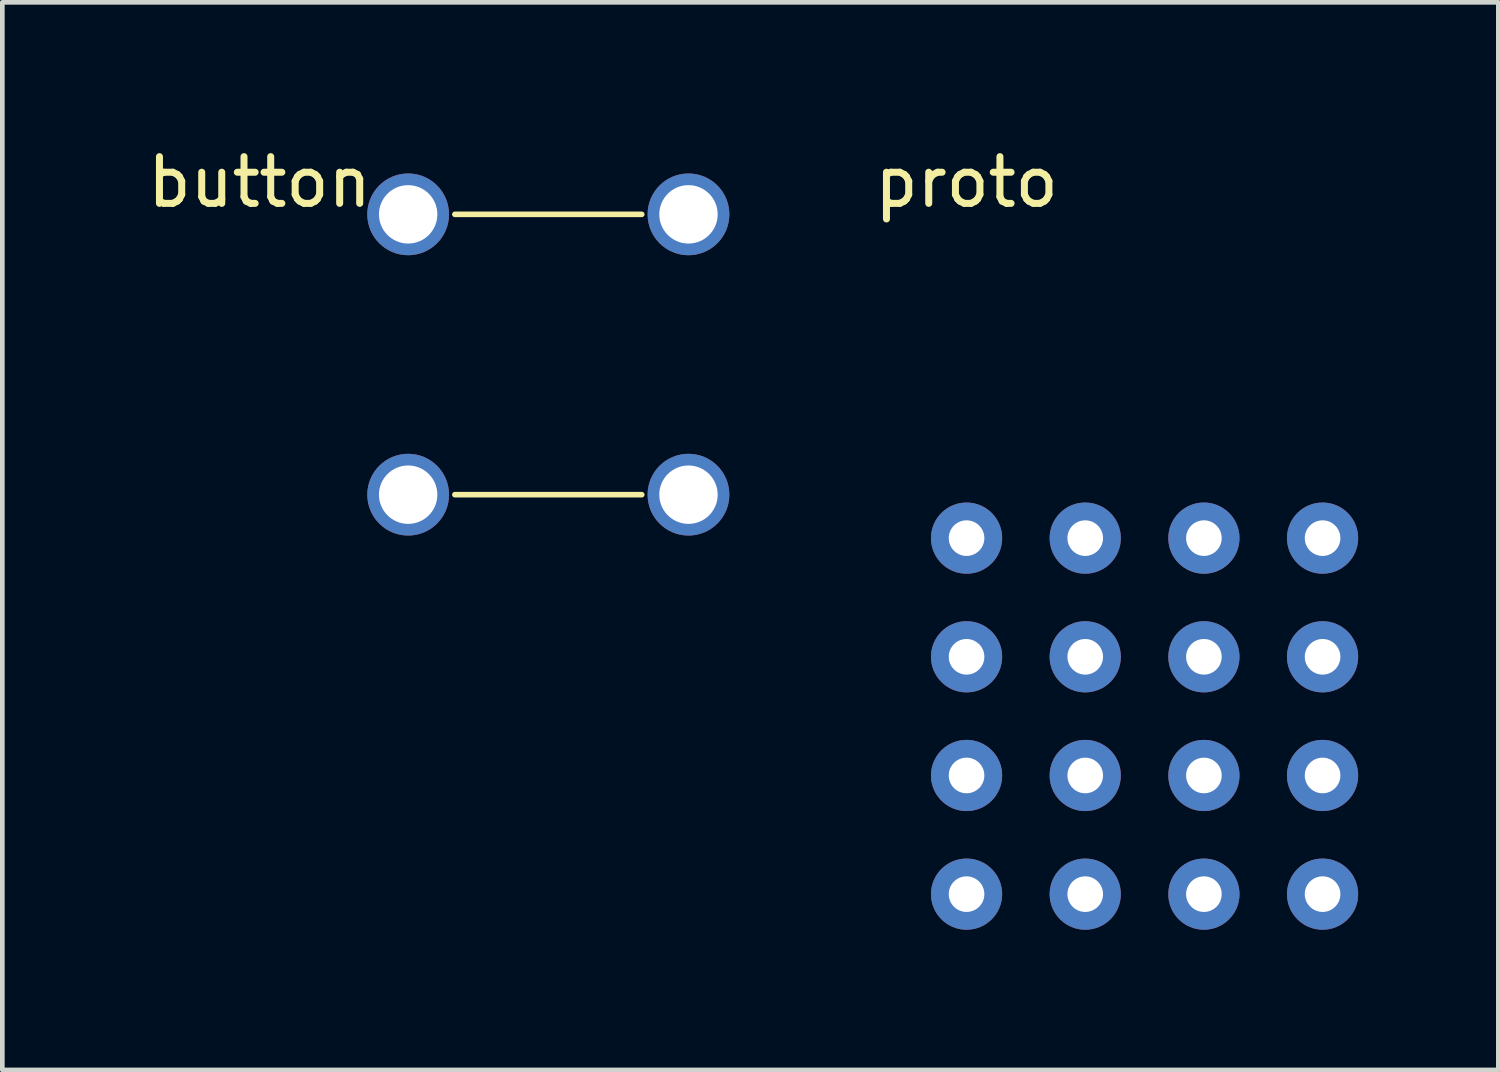
<source format=kicad_pcb>
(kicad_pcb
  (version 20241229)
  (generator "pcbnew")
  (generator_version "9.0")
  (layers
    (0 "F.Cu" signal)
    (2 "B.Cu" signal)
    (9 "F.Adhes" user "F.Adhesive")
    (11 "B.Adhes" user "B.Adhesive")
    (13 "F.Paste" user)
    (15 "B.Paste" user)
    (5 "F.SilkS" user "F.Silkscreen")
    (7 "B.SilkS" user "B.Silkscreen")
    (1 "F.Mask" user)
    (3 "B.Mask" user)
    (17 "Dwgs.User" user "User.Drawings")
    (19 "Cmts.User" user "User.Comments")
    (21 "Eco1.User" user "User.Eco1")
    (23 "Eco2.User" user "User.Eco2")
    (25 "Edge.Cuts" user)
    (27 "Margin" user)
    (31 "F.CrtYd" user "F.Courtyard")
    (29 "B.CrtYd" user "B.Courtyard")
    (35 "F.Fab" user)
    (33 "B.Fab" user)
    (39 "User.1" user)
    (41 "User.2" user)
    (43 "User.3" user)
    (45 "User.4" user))
  (footprint "proto"
    (layer "F.Cu")
    (at 17.638 8.468)
    (property "Reference" "proto" (at 0 -7.62 0) (layer "F.SilkS") (effects (font (size 1 1) (thickness 0.15))))
    (attr through_hole)
    (pad "_" thru_hole circle (at 0 0) (size 1.524 1.524) (drill 0.762) (layers "*.Cu" "*.Mask"))
    (pad "_" thru_hole circle (at 0 2.54) (size 1.524 1.524) (drill 0.762) (layers "*.Cu" "*.Mask"))
    (pad "_" thru_hole circle (at 0 5.08) (size 1.524 1.524) (drill 0.762) (layers "*.Cu" "*.Mask"))
    (pad "_" thru_hole circle (at 0 7.62) (size 1.524 1.524) (drill 0.762) (layers "*.Cu" "*.Mask"))
    (pad "_" thru_hole circle (at 2.54 0) (size 1.524 1.524) (drill 0.762) (layers "*.Cu" "*.Mask"))
    (pad "_" thru_hole circle (at 2.54 2.54) (size 1.524 1.524) (drill 0.762) (layers "*.Cu" "*.Mask"))
    (pad "_" thru_hole circle (at 2.54 5.08) (size 1.524 1.524) (drill 0.762) (layers "*.Cu" "*.Mask"))
    (pad "_" thru_hole circle (at 2.54 7.62) (size 1.524 1.524) (drill 0.762) (layers "*.Cu" "*.Mask"))
    (pad "_" thru_hole circle (at 5.08 0) (size 1.524 1.524) (drill 0.762) (layers "*.Cu" "*.Mask"))
    (pad "_" thru_hole circle (at 5.08 2.54) (size 1.524 1.524) (drill 0.762) (layers "*.Cu" "*.Mask"))
    (pad "_" thru_hole circle (at 5.08 5.08) (size 1.524 1.524) (drill 0.762) (layers "*.Cu" "*.Mask"))
    (pad "_" thru_hole circle (at 5.08 7.62) (size 1.524 1.524) (drill 0.762) (layers "*.Cu" "*.Mask"))
    (pad "_" thru_hole circle (at 7.62 0) (size 1.524 1.524) (drill 0.762) (layers "*.Cu" "*.Mask"))
    (pad "_" thru_hole circle (at 7.62 2.54) (size 1.524 1.524) (drill 0.762) (layers "*.Cu" "*.Mask"))
    (pad "_" thru_hole circle (at 7.62 5.08) (size 1.524 1.524) (drill 0.762) (layers "*.Cu" "*.Mask"))
    (pad "_" thru_hole circle (at 7.62 7.62) (size 1.524 1.524) (drill 0.762) (layers "*.Cu" "*.Mask")))
  (footprint "button"
    (layer "F.Cu")
    (at 8.686 4.538)
    (property "Reference" "button" (at -6.18 -3.69 0) (layer "F.SilkS") (effects (font (size 1 1) (thickness 0.15))))
    (attr through_hole)
    (fp_line (start -2 -3) (end 2 -3) (stroke (width 0.12) (type solid)) (layer "F.SilkS"))
    (fp_line (start -2 3) (end 2 3) (stroke (width 0.12) (type solid)) (layer "F.SilkS"))
    (pad "1" thru_hole circle (at -3 -3) (size 1.75 1.75) (drill 1.25) (layers "*.Cu" "*.Mask"))
    (pad "1" thru_hole circle (at 3 -3) (size 1.75 1.75) (drill 1.25) (layers "*.Cu" "*.Mask"))
    (pad "2" thru_hole circle (at -3 3) (size 1.75 1.75) (drill 1.25) (layers "*.Cu" "*.Mask"))
    (pad "2" thru_hole circle (at 3 3) (size 1.75 1.75) (drill 1.25) (layers "*.Cu" "*.Mask")))
  (gr_rect
    (start -3 -3)
    (end 29.02 19.85)
    (stroke (width 0.1) (type default))
    (fill no)
    (layer "Edge.Cuts")))
</source>
